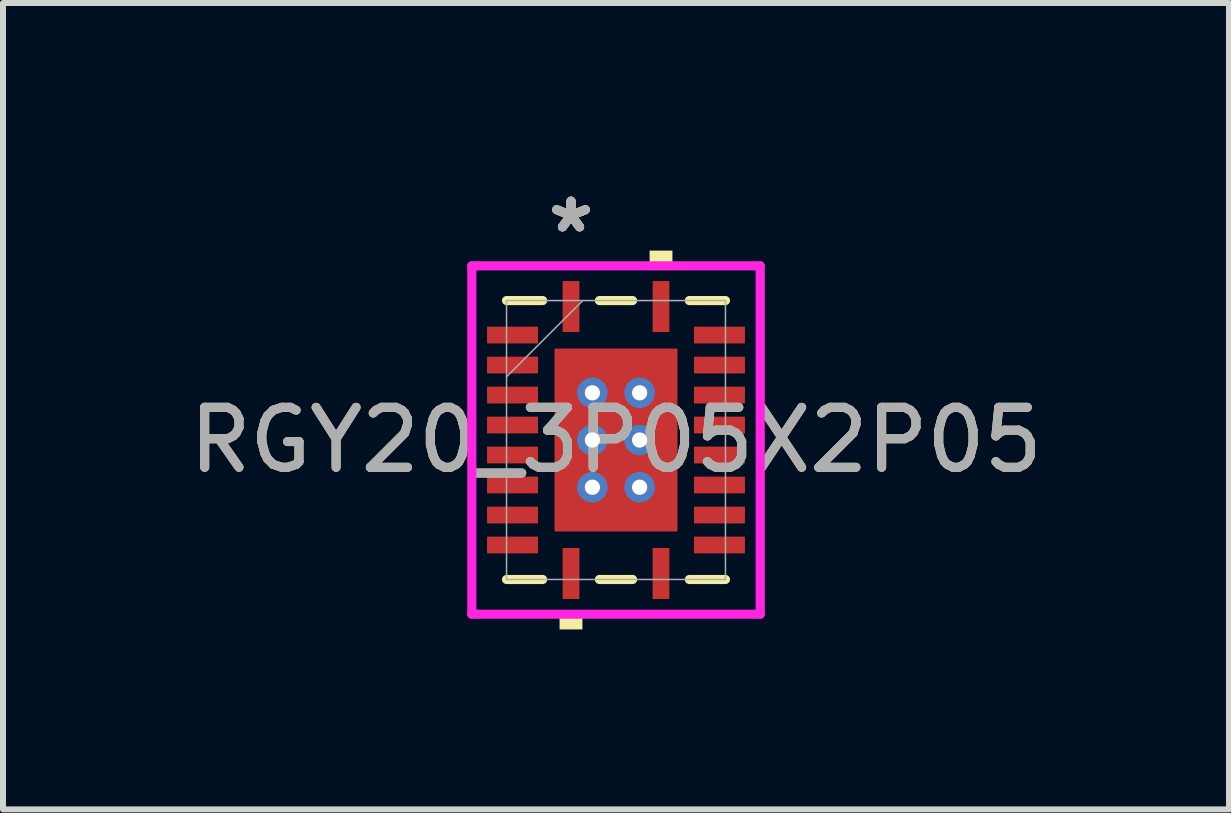
<source format=kicad_pcb>
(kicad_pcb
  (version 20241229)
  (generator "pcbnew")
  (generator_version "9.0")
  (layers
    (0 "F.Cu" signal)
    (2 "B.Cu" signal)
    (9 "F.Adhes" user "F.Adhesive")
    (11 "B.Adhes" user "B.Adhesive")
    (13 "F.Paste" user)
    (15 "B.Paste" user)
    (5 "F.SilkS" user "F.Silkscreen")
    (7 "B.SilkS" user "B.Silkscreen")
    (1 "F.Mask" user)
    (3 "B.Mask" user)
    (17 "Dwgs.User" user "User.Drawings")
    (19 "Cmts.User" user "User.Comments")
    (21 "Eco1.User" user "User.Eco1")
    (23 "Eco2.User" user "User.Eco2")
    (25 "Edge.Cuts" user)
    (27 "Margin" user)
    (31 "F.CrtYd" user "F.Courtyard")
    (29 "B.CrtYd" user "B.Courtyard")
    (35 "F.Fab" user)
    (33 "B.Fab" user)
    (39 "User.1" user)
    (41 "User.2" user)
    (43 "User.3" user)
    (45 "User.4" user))
  (footprint "RGY20_3P05X2P05"
    (layer "F.Cu")
    (at 7.22 4.286)
    (property "Reference" "RGY20_3P05X2P05" (at 0 0 0) (unlocked yes) (layer "F.SilkS") (effects (font (size 1 1) (thickness 0.15))))
    (attr smd)
    (fp_poly (pts (xy -2.22 -1.96) (xy -2.22 -1.54) (xy -1.23 -1.54) (xy -1.23 -1.96)) (stroke (width 0) (type solid)) (fill yes) (layer "F.Mask"))
    (fp_poly (pts (xy -2.22 -1.46) (xy -2.22 -1.04) (xy -1.23 -1.04) (xy -1.23 -1.46)) (stroke (width 0) (type solid)) (fill yes) (layer "F.Mask"))
    (fp_poly (pts (xy -2.22 -0.96) (xy -2.22 -0.54) (xy -1.23 -0.54) (xy -1.23 -0.96)) (stroke (width 0) (type solid)) (fill yes) (layer "F.Mask"))
    (fp_poly (pts (xy -2.22 -0.46) (xy -2.22 -0.04) (xy -1.23 -0.04) (xy -1.23 -0.46)) (stroke (width 0) (type solid)) (fill yes) (layer "F.Mask"))
    (fp_poly (pts (xy -2.22 0.04) (xy -2.22 0.46) (xy -1.23 0.46) (xy -1.23 0.04)) (stroke (width 0) (type solid)) (fill yes) (layer "F.Mask"))
    (fp_poly (pts (xy -2.22 0.54) (xy -2.22 0.96) (xy -1.23 0.96) (xy -1.23 0.54)) (stroke (width 0) (type solid)) (fill yes) (layer "F.Mask"))
    (fp_poly (pts (xy -2.22 1.04) (xy -2.22 1.46) (xy -1.23 1.46) (xy -1.23 1.04)) (stroke (width 0) (type solid)) (fill yes) (layer "F.Mask"))
    (fp_poly (pts (xy -2.22 1.54) (xy -2.22 1.96) (xy -1.23 1.96) (xy -1.23 1.54)) (stroke (width 0) (type solid)) (fill yes) (layer "F.Mask"))
    (fp_poly (pts (xy -1.089 -1.588) (xy -0.594 -1.588) (xy -0.594 1.588) (xy -1.089 1.588)) (stroke (width 0) (type solid)) (fill yes) (layer "F.Mask"))
    (fp_poly (pts (xy -1.089 -1.588) (xy 1.089 -1.588) (xy 1.089 -0.987) (xy -1.089 -0.987)) (stroke (width 0) (type solid)) (fill yes) (layer "F.Mask"))
    (fp_poly (pts (xy -1.089 -0.587) (xy 1.089 -0.587) (xy 1.089 -0.2) (xy -1.089 -0.2)) (stroke (width 0) (type solid)) (fill yes) (layer "F.Mask"))
    (fp_poly (pts (xy -1.089 0.2) (xy 1.089 0.2) (xy 1.089 0.587) (xy -1.089 0.587)) (stroke (width 0) (type solid)) (fill yes) (layer "F.Mask"))
    (fp_poly (pts (xy -1.089 0.987) (xy 1.089 0.987) (xy 1.089 1.588) (xy -1.089 1.588)) (stroke (width 0) (type solid)) (fill yes) (layer "F.Mask"))
    (fp_poly (pts (xy -0.96 -2.72) (xy -0.96 -1.73) (xy -0.54 -1.73) (xy -0.54 -2.72)) (stroke (width 0) (type solid)) (fill yes) (layer "F.Mask"))
    (fp_poly (pts (xy -0.96 1.73) (xy -0.96 2.72) (xy -0.54 2.72) (xy -0.54 1.73)) (stroke (width 0) (type solid)) (fill yes) (layer "F.Mask"))
    (fp_poly (pts (xy 0.194 -1.588) (xy -0.194 -1.588) (xy -0.194 1.588) (xy 0.194 1.588)) (stroke (width 0) (type solid)) (fill yes) (layer "F.Mask"))
    (fp_poly (pts (xy 0.54 -2.72) (xy 0.54 -1.73) (xy 0.96 -1.73) (xy 0.96 -2.72)) (stroke (width 0) (type solid)) (fill yes) (layer "F.Mask"))
    (fp_poly (pts (xy 0.54 1.73) (xy 0.54 2.72) (xy 0.96 2.72) (xy 0.96 1.73)) (stroke (width 0) (type solid)) (fill yes) (layer "F.Mask"))
    (fp_poly (pts (xy 0.594 -1.588) (xy 1.089 -1.588) (xy 1.089 1.588) (xy 0.594 1.588)) (stroke (width 0) (type solid)) (fill yes) (layer "F.Mask"))
    (fp_poly (pts (xy 1.23 -1.96) (xy 1.23 -1.54) (xy 2.22 -1.54) (xy 2.22 -1.96)) (stroke (width 0) (type solid)) (fill yes) (layer "F.Mask"))
    (fp_poly (pts (xy 1.23 -1.46) (xy 1.23 -1.04) (xy 2.22 -1.04) (xy 2.22 -1.46)) (stroke (width 0) (type solid)) (fill yes) (layer "F.Mask"))
    (fp_poly (pts (xy 1.23 -0.96) (xy 1.23 -0.54) (xy 2.22 -0.54) (xy 2.22 -0.96)) (stroke (width 0) (type solid)) (fill yes) (layer "F.Mask"))
    (fp_poly (pts (xy 1.23 -0.46) (xy 1.23 -0.04) (xy 2.22 -0.04) (xy 2.22 -0.46)) (stroke (width 0) (type solid)) (fill yes) (layer "F.Mask"))
    (fp_poly (pts (xy 1.23 0.04) (xy 1.23 0.46) (xy 2.22 0.46) (xy 2.22 0.04)) (stroke (width 0) (type solid)) (fill yes) (layer "F.Mask"))
    (fp_poly (pts (xy 1.23 0.54) (xy 1.23 0.96) (xy 2.22 0.96) (xy 2.22 0.54)) (stroke (width 0) (type solid)) (fill yes) (layer "F.Mask"))
    (fp_poly (pts (xy 1.23 1.04) (xy 1.23 1.46) (xy 2.22 1.46) (xy 2.22 1.04)) (stroke (width 0) (type solid)) (fill yes) (layer "F.Mask"))
    (fp_poly (pts (xy 1.23 1.54) (xy 1.23 1.96) (xy 2.22 1.96) (xy 2.22 1.54)) (stroke (width 0) (type solid)) (fill yes) (layer "F.Mask"))
    (fp_line (start -1.825 2.325) (end -1.223 2.325) (stroke (width 0.152) (type solid)) (layer "F.SilkS"))
    (fp_line (start -1.223 -2.325) (end -1.825 -2.325) (stroke (width 0.152) (type solid)) (layer "F.SilkS"))
    (fp_line (start -0.277 2.325) (end 0.277 2.325) (stroke (width 0.152) (type solid)) (layer "F.SilkS"))
    (fp_line (start 0.277 -2.325) (end -0.277 -2.325) (stroke (width 0.152) (type solid)) (layer "F.SilkS"))
    (fp_line (start 1.223 2.325) (end 1.825 2.325) (stroke (width 0.152) (type solid)) (layer "F.SilkS"))
    (fp_line (start 1.825 -2.325) (end 1.223 -2.325) (stroke (width 0.152) (type solid)) (layer "F.SilkS"))
    (fp_poly (pts (xy -0.941 2.904) (xy -0.941 3.158) (xy -0.56 3.158) (xy -0.56 2.904)) (stroke (width 0) (type solid)) (fill yes) (layer "F.SilkS"))
    (fp_poly (pts (xy 0.56 -2.904) (xy 0.56 -3.158) (xy 0.941 -3.158) (xy 0.941 -2.904)) (stroke (width 0) (type solid)) (fill yes) (layer "F.SilkS"))
    (fp_poly (pts (xy -2.125 -1.865) (xy -2.125 -1.635) (xy -1.325 -1.635) (xy -1.325 -1.865)) (stroke (width 0) (type solid)) (fill yes) (layer "F.Paste"))
    (fp_poly (pts (xy -2.125 -1.365) (xy -2.125 -1.135) (xy -1.325 -1.135) (xy -1.325 -1.365)) (stroke (width 0) (type solid)) (fill yes) (layer "F.Paste"))
    (fp_poly (pts (xy -2.125 -0.865) (xy -2.125 -0.635) (xy -1.325 -0.635) (xy -1.325 -0.865)) (stroke (width 0) (type solid)) (fill yes) (layer "F.Paste"))
    (fp_poly (pts (xy -2.125 -0.365) (xy -2.125 -0.135) (xy -1.325 -0.135) (xy -1.325 -0.365)) (stroke (width 0) (type solid)) (fill yes) (layer "F.Paste"))
    (fp_poly (pts (xy -2.125 0.135) (xy -2.125 0.365) (xy -1.325 0.365) (xy -1.325 0.135)) (stroke (width 0) (type solid)) (fill yes) (layer "F.Paste"))
    (fp_poly (pts (xy -2.125 0.635) (xy -2.125 0.865) (xy -1.325 0.865) (xy -1.325 0.635)) (stroke (width 0) (type solid)) (fill yes) (layer "F.Paste"))
    (fp_poly (pts (xy -2.125 1.135) (xy -2.125 1.365) (xy -1.325 1.365) (xy -1.325 1.135)) (stroke (width 0) (type solid)) (fill yes) (layer "F.Paste"))
    (fp_poly (pts (xy -2.125 1.635) (xy -2.125 1.865) (xy -1.325 1.865) (xy -1.325 1.635)) (stroke (width 0) (type solid)) (fill yes) (layer "F.Paste"))
    (fp_poly (pts (xy -0.865 -2.625) (xy -0.865 -1.825) (xy -0.635 -1.825) (xy -0.635 -2.625)) (stroke (width 0) (type solid)) (fill yes) (layer "F.Paste"))
    (fp_poly (pts (xy -0.865 1.825) (xy -0.865 2.625) (xy -0.635 2.625) (xy -0.635 1.825)) (stroke (width 0) (type solid)) (fill yes) (layer "F.Paste"))
    (fp_poly (pts (xy 0.635 -2.625) (xy 0.635 -1.825) (xy 0.865 -1.825) (xy 0.865 -2.625)) (stroke (width 0) (type solid)) (fill yes) (layer "F.Paste"))
    (fp_poly (pts (xy 0.635 1.825) (xy 0.635 2.625) (xy 0.865 2.625) (xy 0.865 1.825)) (stroke (width 0) (type solid)) (fill yes) (layer "F.Paste"))
    (fp_poly (pts (xy 1.325 -1.865) (xy 1.325 -1.635) (xy 2.125 -1.635) (xy 2.125 -1.865)) (stroke (width 0) (type solid)) (fill yes) (layer "F.Paste"))
    (fp_poly (pts (xy 1.325 -1.365) (xy 1.325 -1.135) (xy 2.125 -1.135) (xy 2.125 -1.365)) (stroke (width 0) (type solid)) (fill yes) (layer "F.Paste"))
    (fp_poly (pts (xy 1.325 -0.865) (xy 1.325 -0.635) (xy 2.125 -0.635) (xy 2.125 -0.865)) (stroke (width 0) (type solid)) (fill yes) (layer "F.Paste"))
    (fp_poly (pts (xy 1.325 -0.365) (xy 1.325 -0.135) (xy 2.125 -0.135) (xy 2.125 -0.365)) (stroke (width 0) (type solid)) (fill yes) (layer "F.Paste"))
    (fp_poly (pts (xy 1.325 0.135) (xy 1.325 0.365) (xy 2.125 0.365) (xy 2.125 0.135)) (stroke (width 0) (type solid)) (fill yes) (layer "F.Paste"))
    (fp_poly (pts (xy 1.325 0.635) (xy 1.325 0.865) (xy 2.125 0.865) (xy 2.125 0.635)) (stroke (width 0) (type solid)) (fill yes) (layer "F.Paste"))
    (fp_poly (pts (xy 1.325 1.135) (xy 1.325 1.365) (xy 2.125 1.365) (xy 2.125 1.135)) (stroke (width 0) (type solid)) (fill yes) (layer "F.Paste"))
    (fp_poly (pts (xy 1.325 1.635) (xy 1.325 1.865) (xy 2.125 1.865) (xy 2.125 1.635)) (stroke (width 0) (type solid)) (fill yes) (layer "F.Paste"))
    (fp_poly (pts (xy -0.95 -1.45) (xy -0.95 -0.887) (xy -0.635 -0.887) (xy -0.494 -1.029) (xy -0.494 -1.45)) (stroke (width 0) (type solid)) (fill yes) (layer "F.Paste"))
    (fp_poly (pts (xy -0.95 0.887) (xy -0.95 1.45) (xy -0.494 1.45) (xy -0.494 1.029) (xy -0.635 0.887)) (stroke (width 0) (type solid)) (fill yes) (layer "F.Paste"))
    (fp_poly (pts (xy 0.494 -1.45) (xy 0.494 -1.029) (xy 0.635 -0.887) (xy 0.95 -0.887) (xy 0.95 -1.45)) (stroke (width 0) (type solid)) (fill yes) (layer "F.Paste"))
    (fp_poly (pts (xy 0.635 0.887) (xy 0.494 1.029) (xy 0.494 1.45) (xy 0.95 1.45) (xy 0.95 0.887)) (stroke (width 0) (type solid)) (fill yes) (layer "F.Paste"))
    (fp_poly (pts (xy -0.95 -0.687) (xy -0.95 -0.1) (xy -0.635 -0.1) (xy -0.494 -0.241) (xy -0.494 -0.546) (xy -0.635 -0.687)) (stroke (width 0) (type solid)) (fill yes) (layer "F.Paste"))
    (fp_poly (pts (xy -0.95 0.1) (xy -0.95 0.687) (xy -0.635 0.687) (xy -0.494 0.546) (xy -0.494 0.241) (xy -0.635 0.1)) (stroke (width 0) (type solid)) (fill yes) (layer "F.Paste"))
    (fp_poly (pts (xy -0.294 -1.45) (xy -0.294 -1.029) (xy -0.152 -0.887) (xy 0.152 -0.887) (xy 0.294 -1.029) (xy 0.294 -1.45)) (stroke (width 0) (type solid)) (fill yes) (layer "F.Paste"))
    (fp_poly (pts (xy -0.152 0.887) (xy -0.294 1.029) (xy -0.294 1.45) (xy 0.294 1.45) (xy 0.294 1.029) (xy 0.152 0.887)) (stroke (width 0) (type solid)) (fill yes) (layer "F.Paste"))
    (fp_poly (pts (xy 0.635 -0.687) (xy 0.494 -0.546) (xy 0.494 -0.241) (xy 0.635 -0.1) (xy 0.95 -0.1) (xy 0.95 -0.687)) (stroke (width 0) (type solid)) (fill yes) (layer "F.Paste"))
    (fp_poly (pts (xy 0.635 0.1) (xy 0.494 0.241) (xy 0.494 0.546) (xy 0.635 0.687) (xy 0.95 0.687) (xy 0.95 0.1)) (stroke (width 0) (type solid)) (fill yes) (layer "F.Paste"))
    (fp_poly (pts (xy -0.152 -0.687) (xy -0.294 -0.546) (xy -0.294 -0.241) (xy -0.152 -0.1) (xy 0.152 -0.1) (xy 0.294 -0.241) (xy 0.294 -0.546) (xy 0.152 -0.687)) (stroke (width 0) (type solid)) (fill yes) (layer "F.Paste"))
    (fp_poly (pts (xy -0.152 0.1) (xy -0.294 0.241) (xy -0.294 0.546) (xy -0.152 0.687) (xy 0.152 0.687) (xy 0.294 0.546) (xy 0.294 0.241) (xy 0.152 0.1)) (stroke (width 0) (type solid)) (fill yes) (layer "F.Paste"))
    (fp_line (start -2.404 -2.904) (end 2.404 -2.904) (stroke (width 0.152) (type solid)) (layer "F.CrtYd"))
    (fp_line (start -2.404 2.904) (end -2.404 -2.904) (stroke (width 0.152) (type solid)) (layer "F.CrtYd"))
    (fp_line (start 2.404 -2.904) (end 2.404 2.904) (stroke (width 0.152) (type solid)) (layer "F.CrtYd"))
    (fp_line (start 2.404 2.904) (end -2.404 2.904) (stroke (width 0.152) (type solid)) (layer "F.CrtYd"))
    (fp_line (start -1.825 -2.325) (end -1.825 2.325) (stroke (width 0.025) (type solid)) (layer "F.Fab"))
    (fp_line (start -1.825 -1.055) (end -0.555 -2.325) (stroke (width 0.025) (type solid)) (layer "F.Fab"))
    (fp_line (start -1.825 2.325) (end 1.825 2.325) (stroke (width 0.025) (type solid)) (layer "F.Fab"))
    (fp_line (start 1.825 -2.325) (end -1.825 -2.325) (stroke (width 0.025) (type solid)) (layer "F.Fab"))
    (fp_line (start 1.825 2.325) (end 1.825 -2.325) (stroke (width 0.025) (type solid)) (layer "F.Fab"))
    (fp_text user "*" (at -0.75 -3.437 0) (layer "F.SilkS") (effects (font (size 1 1) (thickness 0.15))))
    (fp_text user "*" (at -0.75 -3.437 0) (unlocked yes) (layer "F.SilkS") (effects (font (size 1 1) (thickness 0.15))))
    (fp_text user "*" (at -0.75 -3.437 0) (unlocked yes) (layer "F.Fab") (effects (font (size 1 1) (thickness 0.15))))
    (fp_text user "${REFERENCE}" (at 0 0 0) (unlocked yes) (layer "F.Fab") (effects (font (size 1 1) (thickness 0.15))))
    (fp_text user "*" (at -0.75 -3.437 0) (layer "F.Fab") (effects (font (size 1 1) (thickness 0.15))))
    (pad "1" smd rect (at -0.75 -2.225) (size 0.28 0.85) (layers "F.Cu" "F.Mask"))
    (pad "2" smd rect (at -1.725 -1.75 90) (size 0.28 0.85) (layers "F.Cu" "F.Mask"))
    (pad "3" smd rect (at -1.725 -1.25 90) (size 0.28 0.85) (layers "F.Cu" "F.Mask"))
    (pad "4" smd rect (at -1.725 -0.75 90) (size 0.28 0.85) (layers "F.Cu" "F.Mask"))
    (pad "5" smd rect (at -1.725 -0.25 90) (size 0.28 0.85) (layers "F.Cu" "F.Mask"))
    (pad "6" smd rect (at -1.725 0.25 90) (size 0.28 0.85) (layers "F.Cu" "F.Mask"))
    (pad "7" smd rect (at -1.725 0.75 90) (size 0.28 0.85) (layers "F.Cu" "F.Mask"))
    (pad "8" smd rect (at -1.725 1.25 90) (size 0.28 0.85) (layers "F.Cu" "F.Mask"))
    (pad "9" smd rect (at -1.725 1.75 90) (size 0.28 0.85) (layers "F.Cu" "F.Mask"))
    (pad "10" smd rect (at -0.75 2.225) (size 0.28 0.85) (layers "F.Cu" "F.Mask"))
    (pad "11" smd rect (at 0.75 2.225) (size 0.28 0.85) (layers "F.Cu" "F.Mask"))
    (pad "12" smd rect (at 1.725 1.75 90) (size 0.28 0.85) (layers "F.Cu" "F.Mask"))
    (pad "13" smd rect (at 1.725 1.25 90) (size 0.28 0.85) (layers "F.Cu" "F.Mask"))
    (pad "14" smd rect (at 1.725 0.75 90) (size 0.28 0.85) (layers "F.Cu" "F.Mask"))
    (pad "15" smd rect (at 1.725 0.25 90) (size 0.28 0.85) (layers "F.Cu" "F.Mask"))
    (pad "16" smd rect (at 1.725 -0.25 90) (size 0.28 0.85) (layers "F.Cu" "F.Mask"))
    (pad "17" smd rect (at 1.725 -0.75 90) (size 0.28 0.85) (layers "F.Cu" "F.Mask"))
    (pad "18" smd rect (at 1.725 -1.25 90) (size 0.28 0.85) (layers "F.Cu" "F.Mask"))
    (pad "19" smd rect (at 1.725 -1.75 90) (size 0.28 0.85) (layers "F.Cu" "F.Mask"))
    (pad "20" smd rect (at 0.75 -2.225) (size 0.28 0.85) (layers "F.Cu" "F.Mask"))
    (pad "21" thru_hole circle (at -0.394 -0.787) (size 0.508 0.508) (drill 0.254) (layers "*.Cu" "*.Mask"))
    (pad "21" thru_hole circle (at -0.394 0) (size 0.508 0.508) (drill 0.254) (layers "*.Cu" "*.Mask"))
    (pad "21" thru_hole circle (at -0.394 0.787) (size 0.508 0.508) (drill 0.254) (layers "*.Cu" "*.Mask"))
    (pad "21" smd rect (at 0 0) (size 2.05 3.05) (layers "F.Cu"))
    (pad "21" thru_hole circle (at 0.394 -0.787) (size 0.508 0.508) (drill 0.254) (layers "*.Cu" "*.Mask"))
    (pad "21" thru_hole circle (at 0.394 0) (size 0.508 0.508) (drill 0.254) (layers "*.Cu" "*.Mask"))
    (pad "21" thru_hole circle (at 0.394 0.787) (size 0.508 0.508) (drill 0.254) (layers "*.Cu" "*.Mask")))
  (gr_rect
    (start -3 -3)
    (end 17.44 10.444)
    (stroke (width 0.1) (type default))
    (fill no)
    (layer "Edge.Cuts")))
</source>
